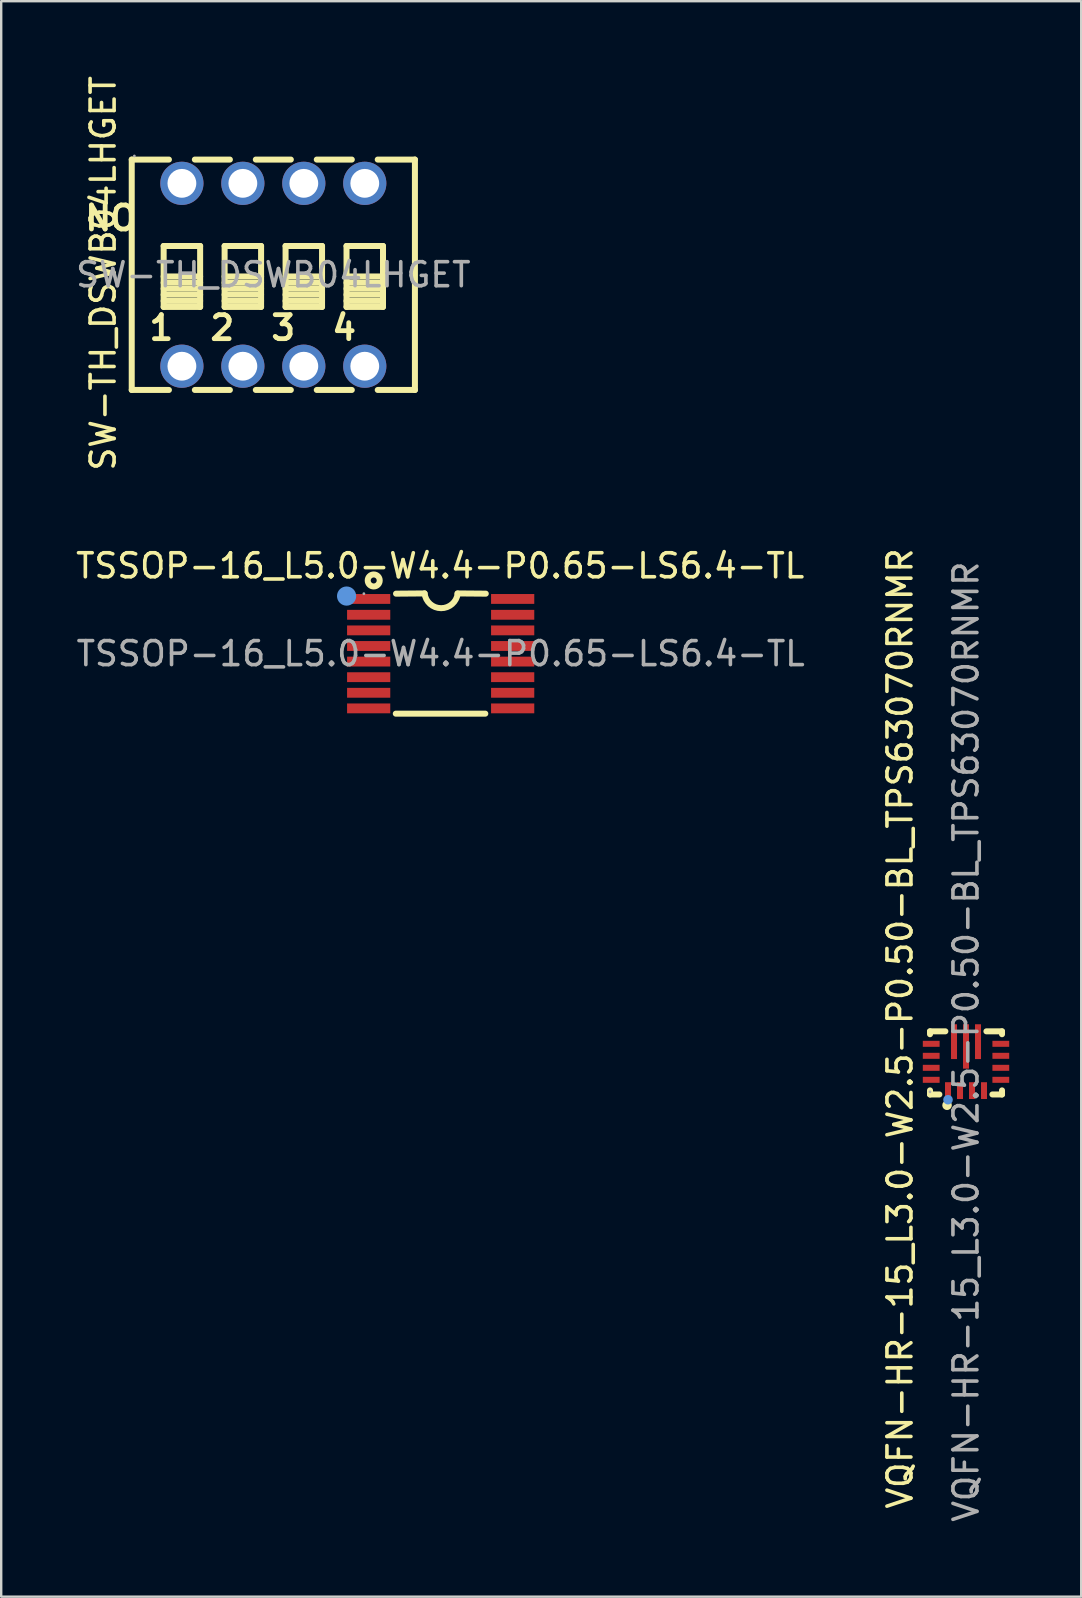
<source format=kicad_pcb>
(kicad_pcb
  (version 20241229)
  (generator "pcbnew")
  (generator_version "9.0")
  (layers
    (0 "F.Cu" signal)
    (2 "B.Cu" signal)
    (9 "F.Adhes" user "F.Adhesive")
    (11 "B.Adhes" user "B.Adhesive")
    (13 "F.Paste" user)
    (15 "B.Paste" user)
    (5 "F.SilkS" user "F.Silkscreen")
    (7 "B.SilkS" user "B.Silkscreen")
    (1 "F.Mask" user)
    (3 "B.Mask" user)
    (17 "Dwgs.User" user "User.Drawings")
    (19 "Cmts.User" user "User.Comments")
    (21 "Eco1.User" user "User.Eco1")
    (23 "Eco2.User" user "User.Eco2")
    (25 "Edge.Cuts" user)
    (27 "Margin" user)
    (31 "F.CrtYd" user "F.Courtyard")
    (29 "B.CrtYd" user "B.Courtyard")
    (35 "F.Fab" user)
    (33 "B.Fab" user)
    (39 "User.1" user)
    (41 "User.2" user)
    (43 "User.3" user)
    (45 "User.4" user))
  (footprint "SW-TH_DSWB04LHGET"
    (layer "F.Cu")
    (at 8.339 8.399)
    (property "Reference" "SW-TH_DSWB04LHGET" (at -7.09 -0.06 270) (layer "F.SilkS") (effects (font (size 1 1) (thickness 0.15))))
    (attr through_hole)
    (fp_line (start -5.9 -4.8) (end -4.35 -4.8) (stroke (width 0.25) (type solid)) (layer "F.SilkS"))
    (fp_line (start -5.9 4.8) (end -5.9 -4.8) (stroke (width 0.25) (type solid)) (layer "F.SilkS"))
    (fp_line (start -5.9 4.8) (end -4.35 4.8) (stroke (width 0.25) (type solid)) (layer "F.SilkS"))
    (fp_line (start -4.57 -1.2) (end -3.05 -1.2) (stroke (width 0.25) (type solid)) (layer "F.SilkS"))
    (fp_line (start -4.57 0.07) (end -3.05 0.07) (stroke (width 0.25) (type solid)) (layer "F.SilkS"))
    (fp_line (start -4.57 0.33) (end -3.05 0.33) (stroke (width 0.25) (type solid)) (layer "F.SilkS"))
    (fp_line (start -4.57 0.58) (end -3.05 0.58) (stroke (width 0.25) (type solid)) (layer "F.SilkS"))
    (fp_line (start -4.57 0.83) (end -3.05 0.83) (stroke (width 0.25) (type solid)) (layer "F.SilkS"))
    (fp_line (start -4.57 1.09) (end -3.05 1.09) (stroke (width 0.25) (type solid)) (layer "F.SilkS"))
    (fp_line (start -4.57 1.34) (end -4.57 -1.2) (stroke (width 0.25) (type solid)) (layer "F.SilkS"))
    (fp_line (start -3.27 -4.8) (end -1.81 -4.8) (stroke (width 0.25) (type solid)) (layer "F.SilkS"))
    (fp_line (start -3.27 4.8) (end -1.81 4.8) (stroke (width 0.25) (type solid)) (layer "F.SilkS"))
    (fp_line (start -3.05 -1.2) (end -3.05 1.34) (stroke (width 0.25) (type solid)) (layer "F.SilkS"))
    (fp_line (start -3.05 1.34) (end -4.57 1.34) (stroke (width 0.25) (type solid)) (layer "F.SilkS"))
    (fp_line (start -2.03 -1.2) (end -0.51 -1.2) (stroke (width 0.25) (type solid)) (layer "F.SilkS"))
    (fp_line (start -2.03 0.07) (end -0.51 0.07) (stroke (width 0.25) (type solid)) (layer "F.SilkS"))
    (fp_line (start -2.03 0.33) (end -0.51 0.33) (stroke (width 0.25) (type solid)) (layer "F.SilkS"))
    (fp_line (start -2.03 0.58) (end -0.51 0.58) (stroke (width 0.25) (type solid)) (layer "F.SilkS"))
    (fp_line (start -2.03 0.83) (end -0.51 0.83) (stroke (width 0.25) (type solid)) (layer "F.SilkS"))
    (fp_line (start -2.03 1.09) (end -0.51 1.09) (stroke (width 0.25) (type solid)) (layer "F.SilkS"))
    (fp_line (start -2.03 1.34) (end -2.03 -1.2) (stroke (width 0.25) (type solid)) (layer "F.SilkS"))
    (fp_line (start -0.73 -4.8) (end 0.73 -4.8) (stroke (width 0.25) (type solid)) (layer "F.SilkS"))
    (fp_line (start -0.73 4.8) (end 0.73 4.8) (stroke (width 0.25) (type solid)) (layer "F.SilkS"))
    (fp_line (start -0.51 -1.2) (end -0.51 1.34) (stroke (width 0.25) (type solid)) (layer "F.SilkS"))
    (fp_line (start -0.51 1.34) (end -2.03 1.34) (stroke (width 0.25) (type solid)) (layer "F.SilkS"))
    (fp_line (start 0.51 -1.2) (end 2.03 -1.2) (stroke (width 0.25) (type solid)) (layer "F.SilkS"))
    (fp_line (start 0.51 0.07) (end 2.03 0.07) (stroke (width 0.25) (type solid)) (layer "F.SilkS"))
    (fp_line (start 0.51 0.33) (end 2.03 0.33) (stroke (width 0.25) (type solid)) (layer "F.SilkS"))
    (fp_line (start 0.51 0.58) (end 2.03 0.58) (stroke (width 0.25) (type solid)) (layer "F.SilkS"))
    (fp_line (start 0.51 0.83) (end 2.03 0.83) (stroke (width 0.25) (type solid)) (layer "F.SilkS"))
    (fp_line (start 0.51 1.09) (end 2.03 1.09) (stroke (width 0.25) (type solid)) (layer "F.SilkS"))
    (fp_line (start 0.51 1.34) (end 0.51 -1.2) (stroke (width 0.25) (type solid)) (layer "F.SilkS"))
    (fp_line (start 1.81 -4.8) (end 3.27 -4.8) (stroke (width 0.25) (type solid)) (layer "F.SilkS"))
    (fp_line (start 1.81 4.8) (end 3.27 4.8) (stroke (width 0.25) (type solid)) (layer "F.SilkS"))
    (fp_line (start 2.03 -1.2) (end 2.03 1.34) (stroke (width 0.25) (type solid)) (layer "F.SilkS"))
    (fp_line (start 2.03 1.34) (end 0.51 1.34) (stroke (width 0.25) (type solid)) (layer "F.SilkS"))
    (fp_line (start 3.05 -1.2) (end 4.57 -1.2) (stroke (width 0.25) (type solid)) (layer "F.SilkS"))
    (fp_line (start 3.05 0.07) (end 4.57 0.07) (stroke (width 0.25) (type solid)) (layer "F.SilkS"))
    (fp_line (start 3.05 0.33) (end 4.57 0.33) (stroke (width 0.25) (type solid)) (layer "F.SilkS"))
    (fp_line (start 3.05 0.58) (end 4.57 0.58) (stroke (width 0.25) (type solid)) (layer "F.SilkS"))
    (fp_line (start 3.05 0.83) (end 4.57 0.83) (stroke (width 0.25) (type solid)) (layer "F.SilkS"))
    (fp_line (start 3.05 1.09) (end 4.57 1.09) (stroke (width 0.25) (type solid)) (layer "F.SilkS"))
    (fp_line (start 3.05 1.34) (end 3.05 -1.2) (stroke (width 0.25) (type solid)) (layer "F.SilkS"))
    (fp_line (start 4.35 -4.8) (end 5.9 -4.8) (stroke (width 0.25) (type solid)) (layer "F.SilkS"))
    (fp_line (start 4.35 4.8) (end 5.9 4.8) (stroke (width 0.25) (type solid)) (layer "F.SilkS"))
    (fp_line (start 4.57 -1.2) (end 4.57 1.34) (stroke (width 0.25) (type solid)) (layer "F.SilkS"))
    (fp_line (start 4.57 1.34) (end 3.05 1.34) (stroke (width 0.25) (type solid)) (layer "F.SilkS"))
    (fp_line (start 5.9 -4.8) (end 5.9 4.8) (stroke (width 0.25) (type solid)) (layer "F.SilkS"))
    (fp_circle (center -5.79 -4.95) (end -5.76 -4.95) (stroke (width 0.06) (type solid)) (fill no) (layer "F.Fab"))
    (fp_text user "NO" (at -5.59 -2.36 180) (layer "F.SilkS") (effects (font (size 1 1) (thickness 0.2)) (justify right)))
    (fp_text user "1" (at -4.06 2.21 180) (layer "F.SilkS") (effects (font (size 1 1) (thickness 0.2)) (justify right)))
    (fp_text user "2" (at -1.52 2.21 180) (layer "F.SilkS") (effects (font (size 1 1) (thickness 0.2)) (justify right)))
    (fp_text user "4" (at 3.56 2.21 180) (layer "F.SilkS") (effects (font (size 1 1) (thickness 0.2)) (justify right)))
    (fp_text user "3" (at 1.02 2.21 180) (layer "F.SilkS") (effects (font (size 1 1) (thickness 0.2)) (justify right)))
    (fp_text user "${REFERENCE}" (at 0 0 180) (layer "F.Fab") (effects (font (size 1 1) (thickness 0.15))))
    (pad "1" thru_hole circle (at -3.81 -3.81) (size 1.8 1.8) (drill 1.2) (layers "*.Cu" "*.Mask"))
    (pad "2" thru_hole circle (at -1.27 -3.81) (size 1.8 1.8) (drill 1.2) (layers "*.Cu" "*.Mask"))
    (pad "3" thru_hole circle (at 1.27 -3.81) (size 1.8 1.8) (drill 1.2) (layers "*.Cu" "*.Mask"))
    (pad "4" thru_hole circle (at 3.81 -3.81) (size 1.8 1.8) (drill 1.2) (layers "*.Cu" "*.Mask"))
    (pad "5" thru_hole circle (at -3.81 3.81) (size 1.8 1.8) (drill 1.2) (layers "*.Cu" "*.Mask"))
    (pad "6" thru_hole circle (at -1.27 3.81) (size 1.8 1.8) (drill 1.2) (layers "*.Cu" "*.Mask"))
    (pad "7" thru_hole circle (at 1.27 3.81) (size 1.8 1.8) (drill 1.2) (layers "*.Cu" "*.Mask"))
    (pad "8" thru_hole circle (at 3.81 3.81) (size 1.8 1.8) (drill 1.2) (layers "*.Cu" "*.Mask")))
  (footprint "TSSOP-16_L5.0-W4.4-P0.65-LS6.4-TL"
    (layer "F.Cu")
    (at 15.312 24.187)
    (property "Reference" "TSSOP-16_L5.0-W4.4-P0.65-LS6.4-TL" (at -0.02 -3.66 180) (layer "F.SilkS") (effects (font (size 1 1) (thickness 0.15))))
    (attr smd)
    (fp_line (start -1.87 2.5) (end 1.86 2.5) (stroke (width 0.25) (type solid)) (layer "F.SilkS"))
    (fp_line (start -1.86 -2.5) (end -0.67 -2.51) (stroke (width 0.25) (type solid)) (layer "F.SilkS"))
    (fp_line (start 0.7 -2.51) (end 1.88 -2.5) (stroke (width 0.25) (type solid)) (layer "F.SilkS"))
    (fp_arc (start 0.709165 -2.503103) (mid 0.016526 -1.895387) (end -0.67 -2.51) (stroke (width 0.25) (type solid)) (layer "F.SilkS"))
    (fp_circle (center -2.79 -3.05) (end -2.54 -3.05) (stroke (width 0.25) (type solid)) (fill no) (layer "F.SilkS"))
    (fp_circle (center -3.92 -2.4) (end -3.72 -2.4) (stroke (width 0.4) (type solid)) (fill no) (layer "Cmts.User"))
    (fp_circle (center -3.2 -2.5) (end -3.17 -2.5) (stroke (width 0.06) (type solid)) (fill no) (layer "F.Fab"))
    (fp_text user "${REFERENCE}" (at 0 0 180) (layer "F.Fab") (effects (font (size 1 1) (thickness 0.15))))
    (pad "1" smd rect (at -3 -2.28) (size 1.8 0.41) (layers "F.Cu" "F.Mask" "F.Paste"))
    (pad "2" smd rect (at -3 -1.62) (size 1.8 0.41) (layers "F.Cu" "F.Mask" "F.Paste"))
    (pad "3" smd rect (at -3 -0.97) (size 1.8 0.41) (layers "F.Cu" "F.Mask" "F.Paste"))
    (pad "4" smd rect (at -3 -0.32) (size 1.8 0.41) (layers "F.Cu" "F.Mask" "F.Paste"))
    (pad "5" smd rect (at -3 0.33) (size 1.8 0.41) (layers "F.Cu" "F.Mask" "F.Paste"))
    (pad "6" smd rect (at -3 0.98) (size 1.8 0.41) (layers "F.Cu" "F.Mask" "F.Paste"))
    (pad "7" smd rect (at -3 1.63) (size 1.8 0.41) (layers "F.Cu" "F.Mask" "F.Paste"))
    (pad "8" smd rect (at -3 2.28) (size 1.8 0.41) (layers "F.Cu" "F.Mask" "F.Paste"))
    (pad "9" smd rect (at 3 2.28) (size 1.8 0.41) (layers "F.Cu" "F.Mask" "F.Paste"))
    (pad "10" smd rect (at 3 1.63) (size 1.8 0.41) (layers "F.Cu" "F.Mask" "F.Paste"))
    (pad "11" smd rect (at 3 0.98) (size 1.8 0.41) (layers "F.Cu" "F.Mask" "F.Paste"))
    (pad "12" smd rect (at 3 0.33) (size 1.8 0.41) (layers "F.Cu" "F.Mask" "F.Paste"))
    (pad "13" smd rect (at 3 -0.32) (size 1.8 0.41) (layers "F.Cu" "F.Mask" "F.Paste"))
    (pad "14" smd rect (at 3 -0.97) (size 1.8 0.41) (layers "F.Cu" "F.Mask" "F.Paste"))
    (pad "15" smd rect (at 3 -1.62) (size 1.8 0.41) (layers "F.Cu" "F.Mask" "F.Paste"))
    (pad "16" smd rect (at 3 -2.28) (size 1.8 0.41) (layers "F.Cu" "F.Mask" "F.Paste")))
  (footprint "VQFN-HR-15_L3.0-W2.5-P0.50-BL_TPS63070RNMR"
    (layer "F.Cu")
    (at 37.202 41.374)
    (property "Reference" "VQFN-HR-15_L3.0-W2.5-P0.50-BL_TPS63070RNMR" (at -2.75 -1.57 90) (layer "F.SilkS") (effects (font (size 1 1) (thickness 0.15))))
    (attr smd)
    (fp_line (start -1.5 -1.45) (end -1.5 -1.33) (stroke (width 0.25) (type solid)) (layer "F.SilkS"))
    (fp_line (start -1.5 1.01) (end -1.5 1.18) (stroke (width 0.25) (type solid)) (layer "F.SilkS"))
    (fp_line (start -1.5 1.18) (end -1.11 1.18) (stroke (width 0.25) (type solid)) (layer "F.SilkS"))
    (fp_line (start -0.86 -1.45) (end -1.5 -1.45) (stroke (width 0.25) (type solid)) (layer "F.SilkS"))
    (fp_line (start 1.1 1.18) (end 1.5 1.18) (stroke (width 0.25) (type solid)) (layer "F.SilkS"))
    (fp_line (start 1.5 -1.45) (end 0.85 -1.45) (stroke (width 0.25) (type solid)) (layer "F.SilkS"))
    (fp_line (start 1.5 -1.33) (end 1.5 -1.45) (stroke (width 0.25) (type solid)) (layer "F.SilkS"))
    (fp_line (start 1.5 1.18) (end 1.5 1.01) (stroke (width 0.25) (type solid)) (layer "F.SilkS"))
    (fp_circle (center -0.79 1.63) (end -0.69 1.63) (stroke (width 0.2) (type solid)) (fill no) (layer "F.SilkS"))
    (fp_circle (center -0.75 1.4) (end -0.65 1.4) (stroke (width 0.2) (type solid)) (fill no) (layer "Cmts.User"))
    (fp_circle (center -1.5 1.07) (end -1.47 1.07) (stroke (width 0.06) (type solid)) (fill no) (layer "F.Fab"))
    (fp_text user "${REFERENCE}" (at 0 -1.02 90) (layer "F.Fab") (effects (font (size 1 1) (thickness 0.15))))
    (pad "1" smd rect (at -0.75 1.02 180) (size 0.25 0.7) (layers "F.Cu" "F.Mask" "F.Paste"))
    (pad "2" smd rect (at -0.25 1.02 180) (size 0.25 0.7) (layers "F.Cu" "F.Mask" "F.Paste"))
    (pad "3" smd rect (at 0.25 1.02 180) (size 0.25 0.7) (layers "F.Cu" "F.Mask" "F.Paste"))
    (pad "4" smd rect (at 0.75 1.02 180) (size 0.25 0.7) (layers "F.Cu" "F.Mask" "F.Paste"))
    (pad "5" smd rect (at 1.45 0.57 270) (size 0.25 0.7) (layers "F.Cu" "F.Mask" "F.Paste"))
    (pad "6" smd rect (at 1.45 0.07 270) (size 0.25 0.7) (layers "F.Cu" "F.Mask" "F.Paste"))
    (pad "7" smd rect (at 1.45 -0.43 270) (size 0.25 0.7) (layers "F.Cu" "F.Mask" "F.Paste"))
    (pad "8" smd rect (at 1.45 -0.93 270) (size 0.25 0.7) (layers "F.Cu" "F.Mask" "F.Paste"))
    (pad "9" smd rect (at 0.5 -1.02) (size 0.25 1.45) (layers "F.Cu" "F.Mask" "F.Paste"))
    (pad "10" smd rect (at 0 -0.82) (size 0.25 1.85) (layers "F.Cu" "F.Mask" "F.Paste"))
    (pad "11" smd rect (at -0.5 -1.02) (size 0.25 1.45) (layers "F.Cu" "F.Mask" "F.Paste"))
    (pad "12" smd rect (at -1.45 -0.93 90) (size 0.25 0.7) (layers "F.Cu" "F.Mask" "F.Paste"))
    (pad "13" smd rect (at -1.45 -0.43 90) (size 0.25 0.7) (layers "F.Cu" "F.Mask" "F.Paste"))
    (pad "14" smd rect (at -1.45 0.07 90) (size 0.25 0.7) (layers "F.Cu" "F.Mask" "F.Paste"))
    (pad "15" smd rect (at -1.45 0.57 90) (size 0.25 0.7) (layers "F.Cu" "F.Mask" "F.Paste")))
  (gr_rect
    (start -3 -3)
    (end 42.002 63.479)
    (stroke (width 0.1) (type default))
    (fill no)
    (layer "Edge.Cuts")))
</source>
